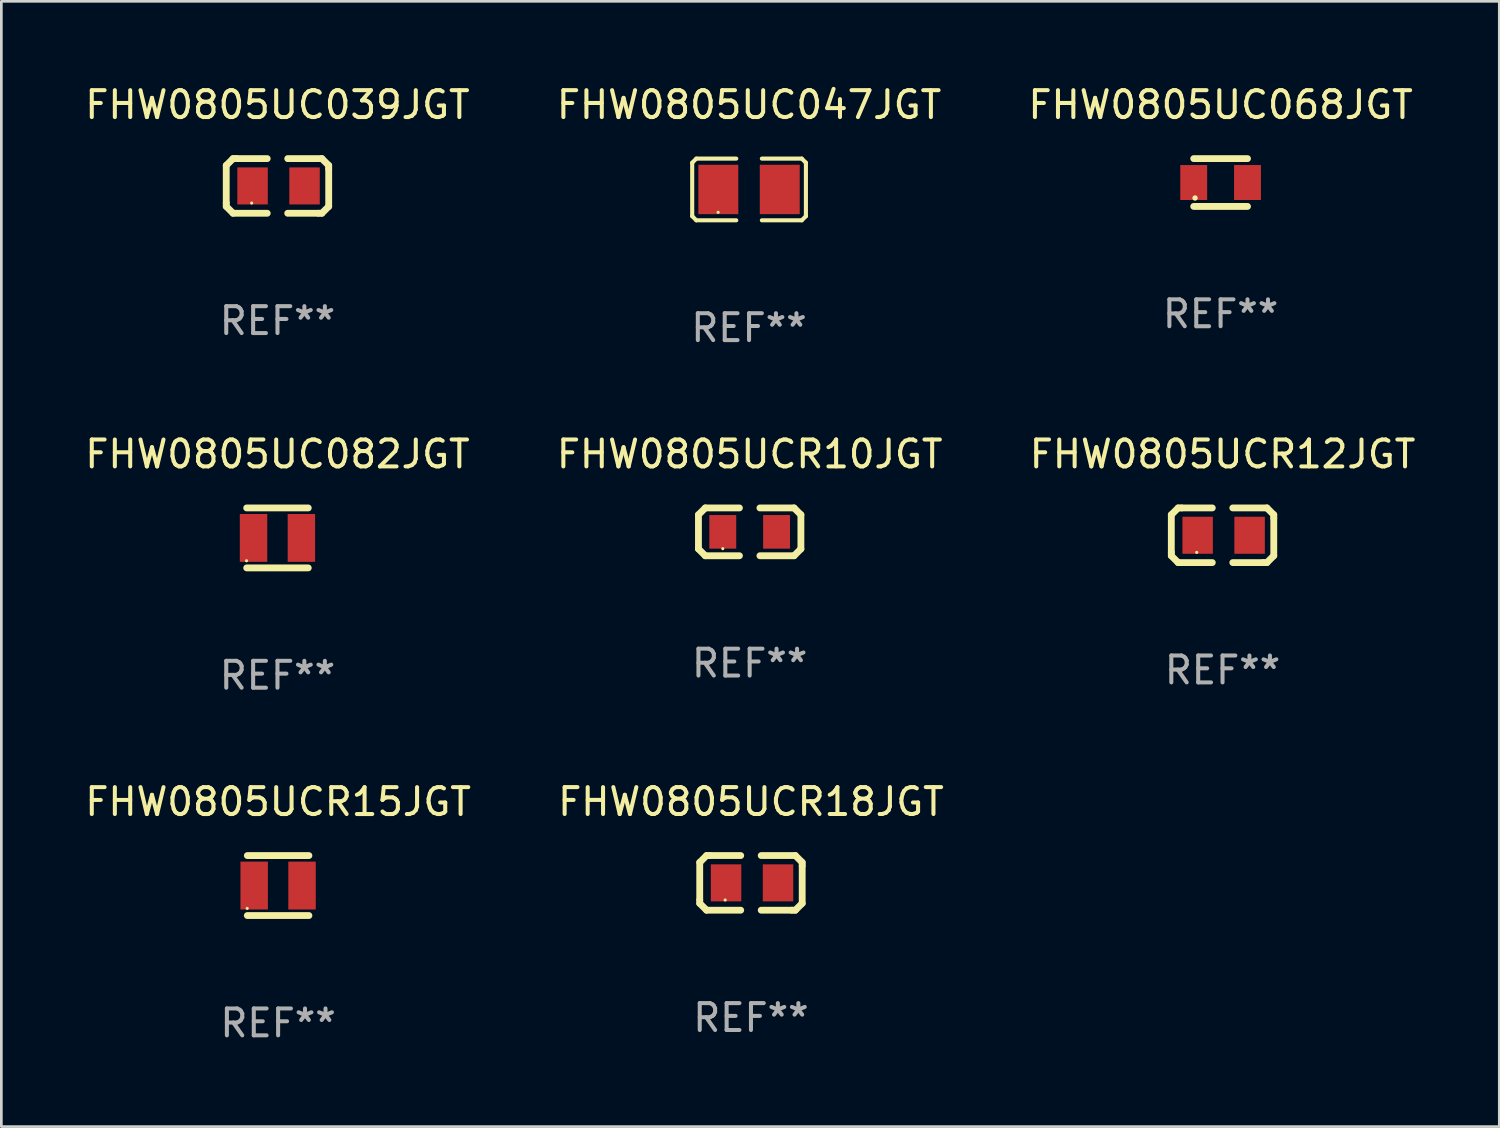
<source format=kicad_pcb>
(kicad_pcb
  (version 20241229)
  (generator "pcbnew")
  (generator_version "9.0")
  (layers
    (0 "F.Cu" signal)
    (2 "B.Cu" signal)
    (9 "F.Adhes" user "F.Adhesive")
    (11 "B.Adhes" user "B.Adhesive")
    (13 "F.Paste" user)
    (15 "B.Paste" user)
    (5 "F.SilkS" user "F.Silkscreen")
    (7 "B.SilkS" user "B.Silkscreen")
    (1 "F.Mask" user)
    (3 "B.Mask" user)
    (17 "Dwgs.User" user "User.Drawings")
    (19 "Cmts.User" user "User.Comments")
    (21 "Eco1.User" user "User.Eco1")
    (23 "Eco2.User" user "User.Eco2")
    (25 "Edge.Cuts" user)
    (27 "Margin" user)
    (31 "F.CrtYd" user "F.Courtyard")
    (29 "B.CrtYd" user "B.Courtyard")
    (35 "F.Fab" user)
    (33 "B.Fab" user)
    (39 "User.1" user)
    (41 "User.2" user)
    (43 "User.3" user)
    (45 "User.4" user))
  (footprint "FHW0805UC082JGT"
    (layer "F.Cu")
    (at 7.268 16.953)
    (property "Reference" "FHW0805UC082JGT" (at 0 -3.115 0) (layer "F.SilkS") (effects (font (size 1 1) (thickness 0.15))))
    (attr through_hole)
    (fp_line (start -1.145 -1.115) (end 1.145 -1.115) (stroke (width 0.254) (type solid)) (layer "F.SilkS"))
    (fp_line (start -1.145 1.115) (end 1.145 1.115) (stroke (width 0.254) (type solid)) (layer "F.SilkS"))
    (fp_circle (center -1.15 0.85) (end -1.12 0.85) (stroke (width 0.06) (type solid)) (fill no) (layer "F.SilkS"))
    (fp_text user "REF**" (at 0 5.115 0) (layer "F.Fab") (effects (font (size 1 1) (thickness 0.15))))
    (pad "1" smd rect (at -0.89 0 90) (size 1.78 1.02) (layers "F.Cu" "F.Mask" "F.Paste"))
    (pad "2" smd rect (at 0.89 0 90) (size 1.78 1.02) (layers "F.Cu" "F.Mask" "F.Paste")))
  (footprint "FHW0805UCR15JGT"
    (layer "F.Cu")
    (at 7.292 29.88)
    (property "Reference" "FHW0805UCR15JGT" (at 0 -3.115 0) (layer "F.SilkS") (effects (font (size 1 1) (thickness 0.15))))
    (attr through_hole)
    (fp_line (start -1.145 -1.115) (end 1.145 -1.115) (stroke (width 0.254) (type solid)) (layer "F.SilkS"))
    (fp_line (start -1.145 1.115) (end 1.145 1.115) (stroke (width 0.254) (type solid)) (layer "F.SilkS"))
    (fp_circle (center -1.15 0.85) (end -1.12 0.85) (stroke (width 0.06) (type solid)) (fill no) (layer "F.SilkS"))
    (fp_text user "REF**" (at 0 5.115 0) (layer "F.Fab") (effects (font (size 1 1) (thickness 0.15))))
    (pad "1" smd rect (at -0.89 0 90) (size 1.78 1.02) (layers "F.Cu" "F.Mask" "F.Paste"))
    (pad "2" smd rect (at 0.89 0 90) (size 1.78 1.02) (layers "F.Cu" "F.Mask" "F.Paste")))
  (footprint "FHW0805UC039JGT"
    (layer "F.Cu")
    (at 7.268 3.864)
    (property "Reference" "FHW0805UC039JGT" (at 0 -3.016 0) (layer "F.SilkS") (effects (font (size 1 1) (thickness 0.15))))
    (attr through_hole)
    (fp_line (start -1.905 -0.762) (end -1.905 0.635) (stroke (width 0.254) (type solid)) (layer "F.SilkS"))
    (fp_line (start -1.905 0.635) (end -1.905 0.762) (stroke (width 0.254) (type solid)) (layer "F.SilkS"))
    (fp_line (start -1.905 0.762) (end -1.651 1.016) (stroke (width 0.254) (type solid)) (layer "F.SilkS"))
    (fp_line (start -1.651 -1.016) (end -1.905 -0.762) (stroke (width 0.254) (type solid)) (layer "F.SilkS"))
    (fp_line (start -1.651 1.016) (end -0.381 1.016) (stroke (width 0.254) (type solid)) (layer "F.SilkS"))
    (fp_line (start -1.524 -1.016) (end -1.651 -1.016) (stroke (width 0.254) (type solid)) (layer "F.SilkS"))
    (fp_line (start -0.381 -1.016) (end -1.524 -1.016) (stroke (width 0.254) (type solid)) (layer "F.SilkS"))
    (fp_line (start 0.381 1.016) (end 1.524 1.016) (stroke (width 0.254) (type solid)) (layer "F.SilkS"))
    (fp_line (start 1.524 1.016) (end 1.651 1.016) (stroke (width 0.254) (type solid)) (layer "F.SilkS"))
    (fp_line (start 1.651 -1.016) (end 0.381 -1.016) (stroke (width 0.254) (type solid)) (layer "F.SilkS"))
    (fp_line (start 1.651 1.016) (end 1.905 0.762) (stroke (width 0.254) (type solid)) (layer "F.SilkS"))
    (fp_line (start 1.905 -0.762) (end 1.651 -1.016) (stroke (width 0.254) (type solid)) (layer "F.SilkS"))
    (fp_line (start 1.905 -0.635) (end 1.905 -0.762) (stroke (width 0.254) (type solid)) (layer "F.SilkS"))
    (fp_line (start 1.905 0.762) (end 1.905 -0.635) (stroke (width 0.254) (type solid)) (layer "F.SilkS"))
    (fp_circle (center -0.96 0.637) (end -0.93 0.637) (stroke (width 0.06) (type solid)) (fill no) (layer "F.SilkS"))
    (fp_text user "REF**" (at 0 5.016 0) (layer "F.Fab") (effects (font (size 1 1) (thickness 0.15))))
    (pad "1" smd rect (at -0.926 -0.000051) (size 1.133 1.377) (layers "F.Cu" "F.Mask" "F.Paste"))
    (pad "2" smd rect (at 1.006 -0.000051) (size 1.133 1.377) (layers "F.Cu" "F.Mask" "F.Paste")))
  (footprint "FHW0805UC047JGT"
    (layer "F.Cu")
    (at 24.804 3.995)
    (property "Reference" "FHW0805UC047JGT" (at 0 -3.147 0) (layer "F.SilkS") (effects (font (size 1 1) (thickness 0.15))))
    (attr through_hole)
    (fp_line (start -2.114 -0.994) (end -2.114 0.994) (stroke (width 0.152) (type solid)) (layer "F.SilkS"))
    (fp_line (start -2.114 0.994) (end -1.961 1.147) (stroke (width 0.152) (type solid)) (layer "F.SilkS"))
    (fp_line (start -1.961 -1.147) (end -2.114 -0.994) (stroke (width 0.152) (type solid)) (layer "F.SilkS"))
    (fp_line (start -1.961 1.147) (end -0.476 1.147) (stroke (width 0.152) (type solid)) (layer "F.SilkS"))
    (fp_line (start -0.476 -1.147) (end -1.961 -1.147) (stroke (width 0.152) (type solid)) (layer "F.SilkS"))
    (fp_line (start 0.476 -1.147) (end 1.961 -1.147) (stroke (width 0.152) (type solid)) (layer "F.SilkS"))
    (fp_line (start 1.961 -1.147) (end 2.114 -0.994) (stroke (width 0.152) (type solid)) (layer "F.SilkS"))
    (fp_line (start 1.961 1.147) (end 0.476 1.147) (stroke (width 0.152) (type solid)) (layer "F.SilkS"))
    (fp_line (start 2.114 -0.994) (end 2.114 0.994) (stroke (width 0.152) (type solid)) (layer "F.SilkS"))
    (fp_line (start 2.114 0.994) (end 1.961 1.147) (stroke (width 0.152) (type solid)) (layer "F.SilkS"))
    (fp_circle (center -1.15 0.85) (end -1.12 0.85) (stroke (width 0.06) (type solid)) (fill no) (layer "F.SilkS"))
    (fp_text user "REF**" (at 0 5.147 0) (layer "F.Fab") (effects (font (size 1 1) (thickness 0.15))))
    (pad "1" smd rect (at -1.142 0) (size 1.485 1.836) (layers "F.Cu" "F.Mask" "F.Paste"))
    (pad "2" smd rect (at 1.142 0) (size 1.485 1.836) (layers "F.Cu" "F.Mask" "F.Paste")))
  (footprint "FHW0805UCR10JGT"
    (layer "F.Cu")
    (at 24.827 16.727)
    (property "Reference" "FHW0805UCR10JGT" (at 0 -2.889 0) (layer "F.SilkS") (effects (font (size 1 1) (thickness 0.15))))
    (attr through_hole)
    (fp_line (start -1.905 -0.635) (end -1.651 -0.889) (stroke (width 0.254) (type solid)) (layer "F.SilkS"))
    (fp_line (start -1.905 0.635) (end -1.905 -0.635) (stroke (width 0.254) (type solid)) (layer "F.SilkS"))
    (fp_line (start -1.651 -0.889) (end -0.381 -0.889) (stroke (width 0.254) (type solid)) (layer "F.SilkS"))
    (fp_line (start -1.651 0.889) (end -1.905 0.635) (stroke (width 0.254) (type solid)) (layer "F.SilkS"))
    (fp_line (start -0.381 0.889) (end -1.651 0.889) (stroke (width 0.254) (type solid)) (layer "F.SilkS"))
    (fp_line (start 0.381 -0.889) (end 1.651 -0.889) (stroke (width 0.254) (type solid)) (layer "F.SilkS"))
    (fp_line (start 1.651 -0.889) (end 1.905 -0.635) (stroke (width 0.254) (type solid)) (layer "F.SilkS"))
    (fp_line (start 1.651 0.889) (end 0.381 0.889) (stroke (width 0.254) (type solid)) (layer "F.SilkS"))
    (fp_line (start 1.905 -0.635) (end 1.905 0.635) (stroke (width 0.254) (type solid)) (layer "F.SilkS"))
    (fp_line (start 1.905 0.635) (end 1.651 0.889) (stroke (width 0.254) (type solid)) (layer "F.SilkS"))
    (fp_circle (center -1 0.625) (end -0.97 0.625) (stroke (width 0.06) (type solid)) (fill no) (layer "F.SilkS"))
    (fp_text user "REF**" (at 0 4.889 0) (layer "F.Fab") (effects (font (size 1 1) (thickness 0.15))))
    (pad "1" smd rect (at -1 0 180) (size 1 1.25) (layers "F.Cu" "F.Mask" "F.Paste"))
    (pad "2" smd rect (at 1 0) (size 1 1.25) (layers "F.Cu" "F.Mask" "F.Paste")))
  (footprint "FHW0805UC068JGT"
    (layer "F.Cu")
    (at 42.339 3.737)
    (property "Reference" "FHW0805UC068JGT" (at 0 -2.889 0) (layer "F.SilkS") (effects (font (size 1 1) (thickness 0.15))))
    (attr through_hole)
    (fp_line (start -1 -0.889) (end 1 -0.889) (stroke (width 0.254) (type solid)) (layer "F.SilkS"))
    (fp_line (start -1 0.889) (end 1 0.889) (stroke (width 0.254) (type solid)) (layer "F.SilkS"))
    (fp_circle (center -0.95 0.575) (end -0.9 0.575) (stroke (width 0.1) (type solid)) (fill no) (layer "F.SilkS"))
    (fp_text user "REF**" (at 0 4.889 0) (layer "F.Fab") (effects (font (size 1 1) (thickness 0.15))))
    (pad "1" smd rect (at -1 0) (size 1 1.3) (layers "F.Cu" "F.Mask" "F.Paste"))
    (pad "2" smd rect (at 1 0) (size 1 1.3) (layers "F.Cu" "F.Mask" "F.Paste")))
  (footprint "FHW0805UCR18JGT"
    (layer "F.Cu")
    (at 24.875 29.78)
    (property "Reference" "FHW0805UCR18JGT" (at 0 -3.016 0) (layer "F.SilkS") (effects (font (size 1 1) (thickness 0.15))))
    (attr through_hole)
    (fp_line (start -1.905 -0.762) (end -1.905 0.635) (stroke (width 0.254) (type solid)) (layer "F.SilkS"))
    (fp_line (start -1.905 0.635) (end -1.905 0.762) (stroke (width 0.254) (type solid)) (layer "F.SilkS"))
    (fp_line (start -1.905 0.762) (end -1.651 1.016) (stroke (width 0.254) (type solid)) (layer "F.SilkS"))
    (fp_line (start -1.651 -1.016) (end -1.905 -0.762) (stroke (width 0.254) (type solid)) (layer "F.SilkS"))
    (fp_line (start -1.651 1.016) (end -0.381 1.016) (stroke (width 0.254) (type solid)) (layer "F.SilkS"))
    (fp_line (start -1.524 -1.016) (end -1.651 -1.016) (stroke (width 0.254) (type solid)) (layer "F.SilkS"))
    (fp_line (start -0.381 -1.016) (end -1.524 -1.016) (stroke (width 0.254) (type solid)) (layer "F.SilkS"))
    (fp_line (start 0.381 1.016) (end 1.524 1.016) (stroke (width 0.254) (type solid)) (layer "F.SilkS"))
    (fp_line (start 1.524 1.016) (end 1.651 1.016) (stroke (width 0.254) (type solid)) (layer "F.SilkS"))
    (fp_line (start 1.651 -1.016) (end 0.381 -1.016) (stroke (width 0.254) (type solid)) (layer "F.SilkS"))
    (fp_line (start 1.651 1.016) (end 1.905 0.762) (stroke (width 0.254) (type solid)) (layer "F.SilkS"))
    (fp_line (start 1.905 -0.762) (end 1.651 -1.016) (stroke (width 0.254) (type solid)) (layer "F.SilkS"))
    (fp_line (start 1.905 -0.635) (end 1.905 -0.762) (stroke (width 0.254) (type solid)) (layer "F.SilkS"))
    (fp_line (start 1.905 0.762) (end 1.905 -0.635) (stroke (width 0.254) (type solid)) (layer "F.SilkS"))
    (fp_circle (center -0.96 0.637) (end -0.93 0.637) (stroke (width 0.06) (type solid)) (fill no) (layer "F.SilkS"))
    (fp_text user "REF**" (at 0 5.016 0) (layer "F.Fab") (effects (font (size 1 1) (thickness 0.15))))
    (pad "1" smd rect (at -0.926 -0.000051) (size 1.133 1.377) (layers "F.Cu" "F.Mask" "F.Paste"))
    (pad "2" smd rect (at 1.006 -0.000051) (size 1.133 1.377) (layers "F.Cu" "F.Mask" "F.Paste")))
  (footprint "FHW0805UCR12JGT"
    (layer "F.Cu")
    (at 42.411 16.854)
    (property "Reference" "FHW0805UCR12JGT" (at 0 -3.016 0) (layer "F.SilkS") (effects (font (size 1 1) (thickness 0.15))))
    (attr through_hole)
    (fp_line (start -1.905 -0.762) (end -1.905 0.635) (stroke (width 0.254) (type solid)) (layer "F.SilkS"))
    (fp_line (start -1.905 0.635) (end -1.905 0.762) (stroke (width 0.254) (type solid)) (layer "F.SilkS"))
    (fp_line (start -1.905 0.762) (end -1.651 1.016) (stroke (width 0.254) (type solid)) (layer "F.SilkS"))
    (fp_line (start -1.651 -1.016) (end -1.905 -0.762) (stroke (width 0.254) (type solid)) (layer "F.SilkS"))
    (fp_line (start -1.651 1.016) (end -0.381 1.016) (stroke (width 0.254) (type solid)) (layer "F.SilkS"))
    (fp_line (start -1.524 -1.016) (end -1.651 -1.016) (stroke (width 0.254) (type solid)) (layer "F.SilkS"))
    (fp_line (start -0.381 -1.016) (end -1.524 -1.016) (stroke (width 0.254) (type solid)) (layer "F.SilkS"))
    (fp_line (start 0.381 1.016) (end 1.524 1.016) (stroke (width 0.254) (type solid)) (layer "F.SilkS"))
    (fp_line (start 1.524 1.016) (end 1.651 1.016) (stroke (width 0.254) (type solid)) (layer "F.SilkS"))
    (fp_line (start 1.651 -1.016) (end 0.381 -1.016) (stroke (width 0.254) (type solid)) (layer "F.SilkS"))
    (fp_line (start 1.651 1.016) (end 1.905 0.762) (stroke (width 0.254) (type solid)) (layer "F.SilkS"))
    (fp_line (start 1.905 -0.762) (end 1.651 -1.016) (stroke (width 0.254) (type solid)) (layer "F.SilkS"))
    (fp_line (start 1.905 -0.635) (end 1.905 -0.762) (stroke (width 0.254) (type solid)) (layer "F.SilkS"))
    (fp_line (start 1.905 0.762) (end 1.905 -0.635) (stroke (width 0.254) (type solid)) (layer "F.SilkS"))
    (fp_circle (center -0.96 0.637) (end -0.93 0.637) (stroke (width 0.06) (type solid)) (fill no) (layer "F.SilkS"))
    (fp_text user "REF**" (at 0 5.016 0) (layer "F.Fab") (effects (font (size 1 1) (thickness 0.15))))
    (pad "1" smd rect (at -0.926 -0.000051) (size 1.133 1.377) (layers "F.Cu" "F.Mask" "F.Paste"))
    (pad "2" smd rect (at 1.006 -0.000051) (size 1.133 1.377) (layers "F.Cu" "F.Mask" "F.Paste")))
  (gr_rect
    (start -3 -3)
    (end 52.702 38.843)
    (stroke (width 0.1) (type default))
    (fill no)
    (layer "Edge.Cuts")))
</source>
